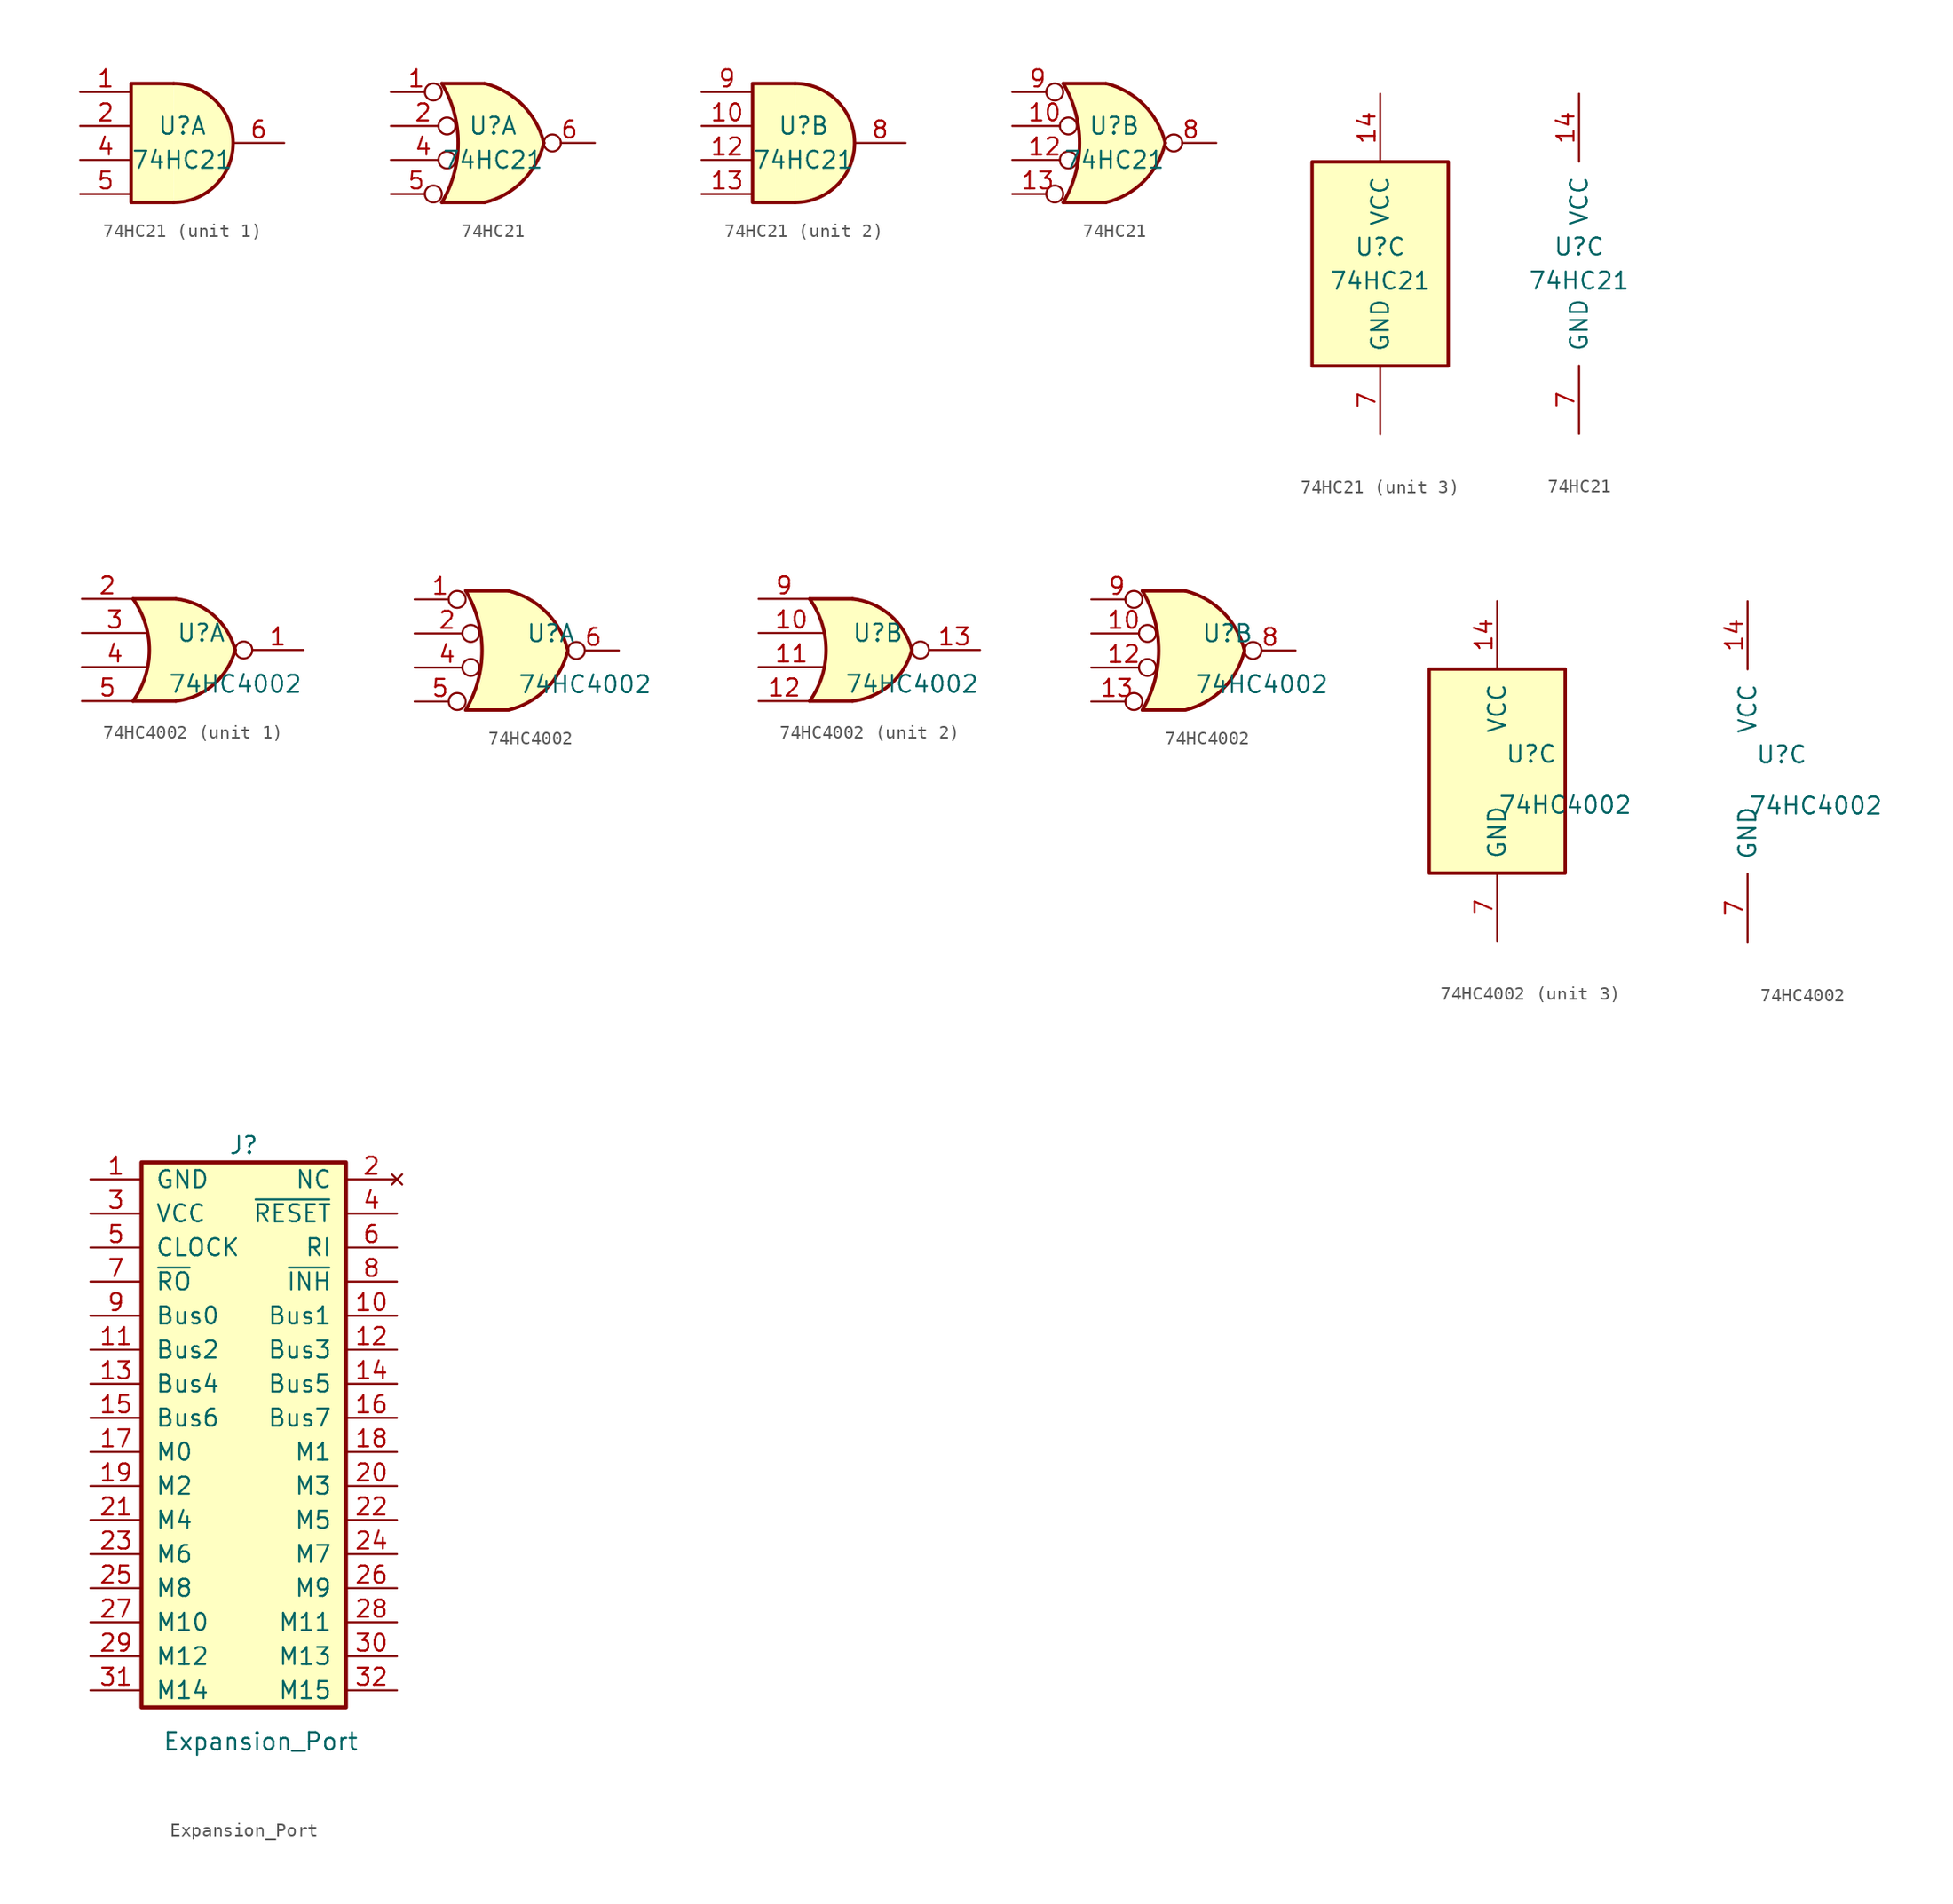
<source format=kicad_sym>
(kicad_symbol_lib
  (version 20211014)
  (generator kicad_symbol_editor)
  (symbol "74HC21"
    (pin_names
      (offset 1.016))
    (property "Reference" "U"
      (at 0 1.27 0)
      (effects (font (size 1.27 1.27))))
    (property "Value" "74HC21"
      (at 0 -1.27 0)
      (effects (font (size 1.27 1.27))))
    (property "ki_locked" ""
      (at 0 0 0)
      (effects (font (size 1.27 1.27))))
    (symbol "74HC21_1_1"
      (arc (start -0.635 -4.445) (mid 3.81 0) (end -0.635 4.445) (stroke (width 0.254) (type default) (color 0 0 0 0)) (fill (type background)))
      (polyline (pts (xy -0.635 4.445) (xy -3.81 4.445) (xy -3.81 -4.445) (xy -0.635 -4.445)) (stroke (width 0.254) (type default) (color 0 0 0 0)) (fill (type background)))
      (pin input line (at -7.62 3.81 0) (length 3.81) (name "~" (effects (font (size 1.27 1.27)))) (number "1" (effects (font (size 1.27 1.27)))))
      (pin input line (at -7.62 1.27 0) (length 3.81) (name "~" (effects (font (size 1.27 1.27)))) (number "2" (effects (font (size 1.27 1.27)))))
      (pin input line (at -7.62 -1.27 0) (length 3.81) (name "~" (effects (font (size 1.27 1.27)))) (number "4" (effects (font (size 1.27 1.27)))))
      (pin input line (at -7.62 -3.81 0) (length 3.81) (name "~" (effects (font (size 1.27 1.27)))) (number "5" (effects (font (size 1.27 1.27)))))
      (pin output line (at 7.62 0 180) (length 3.81) (name "~" (effects (font (size 1.27 1.27)))) (number "6" (effects (font (size 1.27 1.27))))))
    (symbol "74HC21_1_2"
      (arc (start -3.81 -4.445) (mid -2.5908 0) (end -3.81 4.445) (stroke (width 0.254) (type default) (color 0 0 0 0)) (fill (type none)))
      (arc (start -0.6096 -4.445) (mid 2.2246 -2.8422) (end 3.81 0) (stroke (width 0.254) (type default) (color 0 0 0 0)) (fill (type background)))
      (polyline (pts (xy -3.81 -4.445) (xy -0.635 -4.445)) (stroke (width 0.254) (type default) (color 0 0 0 0)) (fill (type background)))
      (polyline (pts (xy -3.81 4.445) (xy -0.635 4.445)) (stroke (width 0.254) (type default) (color 0 0 0 0)) (fill (type background)))
      (polyline (pts (xy -0.635 4.445) (xy -3.81 4.445) (xy -3.81 4.445) (xy -3.632 4.089) (xy -3.099 2.921) (xy -2.769 1.676) (xy -2.616 0.432) (xy -2.642 -0.864) (xy -2.87 -2.108) (xy -3.251 -3.327) (xy -3.81 -4.445) (xy -3.81 -4.445) (xy -0.635 -4.445)) (stroke (width -25.4) (type default) (color 0 0 0 0)) (fill (type background)))
      (arc (start 3.81 0) (mid 2.2204 2.8379) (end -0.6096 4.445) (stroke (width 0.254) (type default) (color 0 0 0 0)) (fill (type background)))
      (pin input inverted (at -7.62 3.81 0) (length 3.81) (name "~" (effects (font (size 1.27 1.27)))) (number "1" (effects (font (size 1.27 1.27)))))
      (pin input inverted (at -7.62 1.27 0) (length 4.826) (name "~" (effects (font (size 1.27 1.27)))) (number "2" (effects (font (size 1.27 1.27)))))
      (pin input inverted (at -7.62 -1.27 0) (length 4.826) (name "~" (effects (font (size 1.27 1.27)))) (number "4" (effects (font (size 1.27 1.27)))))
      (pin input inverted (at -7.62 -3.81 0) (length 3.81) (name "~" (effects (font (size 1.27 1.27)))) (number "5" (effects (font (size 1.27 1.27)))))
      (pin output inverted (at 7.62 0 180) (length 3.81) (name "~" (effects (font (size 1.27 1.27)))) (number "6" (effects (font (size 1.27 1.27))))))
    (symbol "74HC21_2_1"
      (arc (start -0.635 -4.445) (mid 3.81 0) (end -0.635 4.445) (stroke (width 0.254) (type default) (color 0 0 0 0)) (fill (type background)))
      (polyline (pts (xy -0.635 4.445) (xy -3.81 4.445) (xy -3.81 -4.445) (xy -0.635 -4.445)) (stroke (width 0.254) (type default) (color 0 0 0 0)) (fill (type background)))
      (pin input line (at -7.62 1.27 0) (length 3.81) (name "~" (effects (font (size 1.27 1.27)))) (number "10" (effects (font (size 1.27 1.27)))))
      (pin input line (at -7.62 -1.27 0) (length 3.81) (name "~" (effects (font (size 1.27 1.27)))) (number "12" (effects (font (size 1.27 1.27)))))
      (pin input line (at -7.62 -3.81 0) (length 3.81) (name "~" (effects (font (size 1.27 1.27)))) (number "13" (effects (font (size 1.27 1.27)))))
      (pin output line (at 7.62 0 180) (length 3.81) (name "~" (effects (font (size 1.27 1.27)))) (number "8" (effects (font (size 1.27 1.27)))))
      (pin input line (at -7.62 3.81 0) (length 3.81) (name "~" (effects (font (size 1.27 1.27)))) (number "9" (effects (font (size 1.27 1.27))))))
    (symbol "74HC21_2_2"
      (arc (start -3.81 -4.445) (mid -2.5908 0) (end -3.81 4.445) (stroke (width 0.254) (type default) (color 0 0 0 0)) (fill (type none)))
      (arc (start -0.6096 -4.445) (mid 2.2246 -2.8422) (end 3.81 0) (stroke (width 0.254) (type default) (color 0 0 0 0)) (fill (type background)))
      (polyline (pts (xy -3.81 -4.445) (xy -0.635 -4.445)) (stroke (width 0.254) (type default) (color 0 0 0 0)) (fill (type background)))
      (polyline (pts (xy -3.81 4.445) (xy -0.635 4.445)) (stroke (width 0.254) (type default) (color 0 0 0 0)) (fill (type background)))
      (polyline (pts (xy -0.635 4.445) (xy -3.81 4.445) (xy -3.81 4.445) (xy -3.632 4.089) (xy -3.099 2.921) (xy -2.769 1.676) (xy -2.616 0.432) (xy -2.642 -0.864) (xy -2.87 -2.108) (xy -3.251 -3.327) (xy -3.81 -4.445) (xy -3.81 -4.445) (xy -0.635 -4.445)) (stroke (width -25.4) (type default) (color 0 0 0 0)) (fill (type background)))
      (arc (start 3.81 0) (mid 2.2204 2.8379) (end -0.6096 4.445) (stroke (width 0.254) (type default) (color 0 0 0 0)) (fill (type background)))
      (pin input inverted (at -7.62 1.27 0) (length 4.826) (name "~" (effects (font (size 1.27 1.27)))) (number "10" (effects (font (size 1.27 1.27)))))
      (pin input inverted (at -7.62 -1.27 0) (length 4.826) (name "~" (effects (font (size 1.27 1.27)))) (number "12" (effects (font (size 1.27 1.27)))))
      (pin input inverted (at -7.62 -3.81 0) (length 3.81) (name "~" (effects (font (size 1.27 1.27)))) (number "13" (effects (font (size 1.27 1.27)))))
      (pin output inverted (at 7.62 0 180) (length 3.81) (name "~" (effects (font (size 1.27 1.27)))) (number "8" (effects (font (size 1.27 1.27)))))
      (pin input inverted (at -7.62 3.81 0) (length 3.81) (name "~" (effects (font (size 1.27 1.27)))) (number "9" (effects (font (size 1.27 1.27))))))
    (symbol "74HC21_3_0"
      (pin power_in line (at 0 12.7 270) (length 5.08) (name "VCC" (effects (font (size 1.27 1.27)))) (number "14" (effects (font (size 1.27 1.27)))))
      (pin power_in line (at 0 -12.7 90) (length 5.08) (name "GND" (effects (font (size 1.27 1.27)))) (number "7" (effects (font (size 1.27 1.27))))))
    (symbol "74HC21_3_1"
      (rectangle (start -5.08 7.62) (end 5.08 -7.62) (stroke (width 0.254) (type default) (color 0 0 0 0)) (fill (type background)))))
  (symbol "74HC4002"
    (pin_names
      (offset 1.016))
    (property "Reference" "U"
      (at 2.54 1.27 0)
      (effects (font (size 1.27 1.27))))
    (property "Value" "74HC4002"
      (at 5.08 -2.54 0)
      (effects (font (size 1.27 1.27))))
    (property "ki_locked" ""
      (at 0 0 0)
      (effects (font (size 1.27 1.27))))
    (symbol "74HC4002_1_1"
      (arc (start -2.54 -3.81) (mid -1.319 0) (end -2.54 3.81) (stroke (width 0.254) (type default) (color 0 0 0 0)) (fill (type none)))
      (polyline (pts (xy -2.54 -3.81) (xy 0.635 -3.81)) (stroke (width 0.254) (type default) (color 0 0 0 0)) (fill (type background)))
      (polyline (pts (xy -2.54 3.81) (xy 0.635 3.81)) (stroke (width 0.254) (type default) (color 0 0 0 0)) (fill (type background)))
      (polyline (pts (xy 0.635 3.81) (xy -2.54 3.81) (xy -2.54 3.81) (xy -2.286 3.404) (xy -1.753 2.261) (xy -1.422 1.041) (xy -1.346 -0.254) (xy -1.499 -1.499) (xy -1.905 -2.718) (xy -2.54 -3.81) (xy -2.54 -3.81) (xy 0.635 -3.81)) (stroke (width -25.4) (type default) (color 0 0 0 0)) (fill (type background)))
      (arc (start 0.6604 -3.81) (mid 3.4542 -2.5851) (end 5.08 0) (stroke (width 0.254) (type default) (color 0 0 0 0)) (fill (type background)))
      (arc (start 5.08 0) (mid 3.4615 2.5936) (end 0.6604 3.81) (stroke (width 0.254) (type default) (color 0 0 0 0)) (fill (type background)))
      (circle (center 5.715 0) (radius 0.635) (stroke (width 0) (type default) (color 0 0 0 0)) (fill (type none)))
      (pin output line (at 10.16 0 180) (length 3.81) (name "~" (effects (font (size 1.27 1.27)))) (number "1" (effects (font (size 1.27 1.27)))))
      (pin input line (at -6.35 3.81 0) (length 3.81) (name "~" (effects (font (size 1.27 1.27)))) (number "2" (effects (font (size 1.27 1.27)))))
      (pin input line (at -6.35 1.27 0) (length 4.902) (name "~" (effects (font (size 1.27 1.27)))) (number "3" (effects (font (size 1.27 1.27)))))
      (pin input line (at -6.35 -1.27 0) (length 4.902) (name "~" (effects (font (size 1.27 1.27)))) (number "4" (effects (font (size 1.27 1.27)))))
      (pin input line (at -6.35 -3.81 0) (length 3.81) (name "~" (effects (font (size 1.27 1.27)))) (number "5" (effects (font (size 1.27 1.27))))))
    (symbol "74HC4002_1_2"
      (arc (start -3.81 -4.445) (mid -2.5908 0) (end -3.81 4.445) (stroke (width 0.254) (type default) (color 0 0 0 0)) (fill (type none)))
      (arc (start -0.6096 -4.445) (mid 2.2246 -2.8422) (end 3.81 0) (stroke (width 0.254) (type default) (color 0 0 0 0)) (fill (type background)))
      (polyline (pts (xy -3.81 -4.445) (xy -0.635 -4.445)) (stroke (width 0.254) (type default) (color 0 0 0 0)) (fill (type background)))
      (polyline (pts (xy -3.81 4.445) (xy -0.635 4.445)) (stroke (width 0.254) (type default) (color 0 0 0 0)) (fill (type background)))
      (polyline (pts (xy -0.635 4.445) (xy -3.81 4.445) (xy -3.81 4.445) (xy -3.632 4.089) (xy -3.099 2.921) (xy -2.769 1.676) (xy -2.616 0.432) (xy -2.642 -0.864) (xy -2.87 -2.108) (xy -3.251 -3.327) (xy -3.81 -4.445) (xy -3.81 -4.445) (xy -0.635 -4.445)) (stroke (width -25.4) (type default) (color 0 0 0 0)) (fill (type background)))
      (arc (start 3.81 0) (mid 2.2204 2.8379) (end -0.6096 4.445) (stroke (width 0.254) (type default) (color 0 0 0 0)) (fill (type background)))
      (pin input inverted (at -7.62 3.81 0) (length 3.81) (name "~" (effects (font (size 1.27 1.27)))) (number "1" (effects (font (size 1.27 1.27)))))
      (pin input inverted (at -7.62 1.27 0) (length 4.826) (name "~" (effects (font (size 1.27 1.27)))) (number "2" (effects (font (size 1.27 1.27)))))
      (pin input inverted (at -7.62 -1.27 0) (length 4.826) (name "~" (effects (font (size 1.27 1.27)))) (number "4" (effects (font (size 1.27 1.27)))))
      (pin input inverted (at -7.62 -3.81 0) (length 3.81) (name "~" (effects (font (size 1.27 1.27)))) (number "5" (effects (font (size 1.27 1.27)))))
      (pin output inverted (at 7.62 0 180) (length 3.81) (name "~" (effects (font (size 1.27 1.27)))) (number "6" (effects (font (size 1.27 1.27))))))
    (symbol "74HC4002_2_1"
      (arc (start -2.54 -3.81) (mid -1.319 0) (end -2.54 3.81) (stroke (width 0.254) (type default) (color 0 0 0 0)) (fill (type none)))
      (polyline (pts (xy -2.54 -3.81) (xy 0.635 -3.81)) (stroke (width 0.254) (type default) (color 0 0 0 0)) (fill (type background)))
      (polyline (pts (xy -2.54 3.81) (xy 0.635 3.81)) (stroke (width 0.254) (type default) (color 0 0 0 0)) (fill (type background)))
      (polyline (pts (xy 0.635 3.81) (xy -2.54 3.81) (xy -2.54 3.81) (xy -2.286 3.404) (xy -1.753 2.261) (xy -1.422 1.041) (xy -1.346 -0.254) (xy -1.499 -1.499) (xy -1.905 -2.718) (xy -2.54 -3.81) (xy -2.54 -3.81) (xy 0.635 -3.81)) (stroke (width -25.4) (type default) (color 0 0 0 0)) (fill (type background)))
      (arc (start 0.6604 -3.81) (mid 3.4542 -2.5851) (end 5.08 0) (stroke (width 0.254) (type default) (color 0 0 0 0)) (fill (type background)))
      (arc (start 5.08 0) (mid 3.4615 2.5936) (end 0.6604 3.81) (stroke (width 0.254) (type default) (color 0 0 0 0)) (fill (type background)))
      (circle (center 5.715 0) (radius 0.635) (stroke (width 0) (type default) (color 0 0 0 0)) (fill (type none)))
      (pin input line (at -6.35 1.27 0) (length 4.902) (name "~" (effects (font (size 1.27 1.27)))) (number "10" (effects (font (size 1.27 1.27)))))
      (pin input line (at -6.35 -1.27 0) (length 4.902) (name "~" (effects (font (size 1.27 1.27)))) (number "11" (effects (font (size 1.27 1.27)))))
      (pin input line (at -6.35 -3.81 0) (length 3.81) (name "~" (effects (font (size 1.27 1.27)))) (number "12" (effects (font (size 1.27 1.27)))))
      (pin output line (at 10.16 0 180) (length 3.81) (name "~" (effects (font (size 1.27 1.27)))) (number "13" (effects (font (size 1.27 1.27)))))
      (pin input line (at -6.35 3.81 0) (length 3.81) (name "~" (effects (font (size 1.27 1.27)))) (number "9" (effects (font (size 1.27 1.27))))))
    (symbol "74HC4002_2_2"
      (arc (start -3.81 -4.445) (mid -2.5908 0) (end -3.81 4.445) (stroke (width 0.254) (type default) (color 0 0 0 0)) (fill (type none)))
      (arc (start -0.6096 -4.445) (mid 2.2246 -2.8422) (end 3.81 0) (stroke (width 0.254) (type default) (color 0 0 0 0)) (fill (type background)))
      (polyline (pts (xy -3.81 -4.445) (xy -0.635 -4.445)) (stroke (width 0.254) (type default) (color 0 0 0 0)) (fill (type background)))
      (polyline (pts (xy -3.81 4.445) (xy -0.635 4.445)) (stroke (width 0.254) (type default) (color 0 0 0 0)) (fill (type background)))
      (polyline (pts (xy -0.635 4.445) (xy -3.81 4.445) (xy -3.81 4.445) (xy -3.632 4.089) (xy -3.099 2.921) (xy -2.769 1.676) (xy -2.616 0.432) (xy -2.642 -0.864) (xy -2.87 -2.108) (xy -3.251 -3.327) (xy -3.81 -4.445) (xy -3.81 -4.445) (xy -0.635 -4.445)) (stroke (width -25.4) (type default) (color 0 0 0 0)) (fill (type background)))
      (arc (start 3.81 0) (mid 2.2204 2.8379) (end -0.6096 4.445) (stroke (width 0.254) (type default) (color 0 0 0 0)) (fill (type background)))
      (pin input inverted (at -7.62 1.27 0) (length 4.826) (name "~" (effects (font (size 1.27 1.27)))) (number "10" (effects (font (size 1.27 1.27)))))
      (pin input inverted (at -7.62 -1.27 0) (length 4.826) (name "~" (effects (font (size 1.27 1.27)))) (number "12" (effects (font (size 1.27 1.27)))))
      (pin input inverted (at -7.62 -3.81 0) (length 3.81) (name "~" (effects (font (size 1.27 1.27)))) (number "13" (effects (font (size 1.27 1.27)))))
      (pin output inverted (at 7.62 0 180) (length 3.81) (name "~" (effects (font (size 1.27 1.27)))) (number "8" (effects (font (size 1.27 1.27)))))
      (pin input inverted (at -7.62 3.81 0) (length 3.81) (name "~" (effects (font (size 1.27 1.27)))) (number "9" (effects (font (size 1.27 1.27))))))
    (symbol "74HC4002_3_0"
      (pin power_in line (at 0 12.7 270) (length 5.08) (name "VCC" (effects (font (size 1.27 1.27)))) (number "14" (effects (font (size 1.27 1.27)))))
      (pin power_in line (at 0 -12.7 90) (length 5.08) (name "GND" (effects (font (size 1.27 1.27)))) (number "7" (effects (font (size 1.27 1.27))))))
    (symbol "74HC4002_3_1"
      (rectangle (start -5.08 7.62) (end 5.08 -7.62) (stroke (width 0.254) (type default) (color 0 0 0 0)) (fill (type background)))))
  (symbol "Expansion_Port"
    (pin_names
      (offset 1.016))
    (property "Reference" "J"
      (at 6.35 22.86 0)
      (effects (font (size 1.27 1.27))))
    (property "Value" "Expansion_Port"
      (at 7.62 -21.59 0)
      (effects (font (size 1.27 1.27))))
    (symbol "Expansion_Port_0_1"
      (rectangle (start -1.27 21.59) (end 13.97 -19.05) (stroke (width 0.305) (type default) (color 0 0 0 0)) (fill (type background)))
      (rectangle (start 6.35 -19.05) (end 6.35 -19.05) (stroke (width 0) (type default) (color 0 0 0 0)) (fill (type none))))
    (symbol "Expansion_Port_1_1"
      (pin power_out line (at -5.08 20.32 0) (length 3.81) (name "GND" (effects (font (size 1.27 1.27)))) (number "1" (effects (font (size 1.27 1.27)))))
      (pin bidirectional line (at 17.78 10.16 180) (length 3.81) (name "Bus1" (effects (font (size 1.27 1.27)))) (number "10" (effects (font (size 1.27 1.27)))))
      (pin bidirectional line (at -5.08 7.62 0) (length 3.81) (name "Bus2" (effects (font (size 1.27 1.27)))) (number "11" (effects (font (size 1.27 1.27)))))
      (pin bidirectional line (at 17.78 7.62 180) (length 3.81) (name "Bus3" (effects (font (size 1.27 1.27)))) (number "12" (effects (font (size 1.27 1.27)))))
      (pin bidirectional line (at -5.08 5.08 0) (length 3.81) (name "Bus4" (effects (font (size 1.27 1.27)))) (number "13" (effects (font (size 1.27 1.27)))))
      (pin bidirectional line (at 17.78 5.08 180) (length 3.81) (name "Bus5" (effects (font (size 1.27 1.27)))) (number "14" (effects (font (size 1.27 1.27)))))
      (pin bidirectional line (at -5.08 2.54 0) (length 3.81) (name "Bus6" (effects (font (size 1.27 1.27)))) (number "15" (effects (font (size 1.27 1.27)))))
      (pin bidirectional line (at 17.78 2.54 180) (length 3.81) (name "Bus7" (effects (font (size 1.27 1.27)))) (number "16" (effects (font (size 1.27 1.27)))))
      (pin output line (at -5.08 0 0) (length 3.81) (name "M0" (effects (font (size 1.27 1.27)))) (number "17" (effects (font (size 1.27 1.27)))))
      (pin output line (at 17.78 0 180) (length 3.81) (name "M1" (effects (font (size 1.27 1.27)))) (number "18" (effects (font (size 1.27 1.27)))))
      (pin output line (at -5.08 -2.54 0) (length 3.81) (name "M2" (effects (font (size 1.27 1.27)))) (number "19" (effects (font (size 1.27 1.27)))))
      (pin no_connect line (at 17.78 20.32 180) (length 3.81) (name "NC" (effects (font (size 1.27 1.27)))) (number "2" (effects (font (size 1.27 1.27)))))
      (pin output line (at 17.78 -2.54 180) (length 3.81) (name "M3" (effects (font (size 1.27 1.27)))) (number "20" (effects (font (size 1.27 1.27)))))
      (pin output line (at -5.08 -5.08 0) (length 3.81) (name "M4" (effects (font (size 1.27 1.27)))) (number "21" (effects (font (size 1.27 1.27)))))
      (pin output line (at 17.78 -5.08 180) (length 3.81) (name "M5" (effects (font (size 1.27 1.27)))) (number "22" (effects (font (size 1.27 1.27)))))
      (pin output line (at -5.08 -7.62 0) (length 3.81) (name "M6" (effects (font (size 1.27 1.27)))) (number "23" (effects (font (size 1.27 1.27)))))
      (pin output line (at 17.78 -7.62 180) (length 3.81) (name "M7" (effects (font (size 1.27 1.27)))) (number "24" (effects (font (size 1.27 1.27)))))
      (pin output line (at -5.08 -10.16 0) (length 3.81) (name "M8" (effects (font (size 1.27 1.27)))) (number "25" (effects (font (size 1.27 1.27)))))
      (pin output line (at 17.78 -10.16 180) (length 3.81) (name "M9" (effects (font (size 1.27 1.27)))) (number "26" (effects (font (size 1.27 1.27)))))
      (pin output line (at -5.08 -12.7 0) (length 3.81) (name "M10" (effects (font (size 1.27 1.27)))) (number "27" (effects (font (size 1.27 1.27)))))
      (pin output line (at 17.78 -12.7 180) (length 3.81) (name "M11" (effects (font (size 1.27 1.27)))) (number "28" (effects (font (size 1.27 1.27)))))
      (pin output line (at -5.08 -15.24 0) (length 3.81) (name "M12" (effects (font (size 1.27 1.27)))) (number "29" (effects (font (size 1.27 1.27)))))
      (pin power_out line (at -5.08 17.78 0) (length 3.81) (name "VCC" (effects (font (size 1.27 1.27)))) (number "3" (effects (font (size 1.27 1.27)))))
      (pin output line (at 17.78 -15.24 180) (length 3.81) (name "M13" (effects (font (size 1.27 1.27)))) (number "30" (effects (font (size 1.27 1.27)))))
      (pin output line (at -5.08 -17.78 0) (length 3.81) (name "M14" (effects (font (size 1.27 1.27)))) (number "31" (effects (font (size 1.27 1.27)))))
      (pin output line (at 17.78 -17.78 180) (length 3.81) (name "M15" (effects (font (size 1.27 1.27)))) (number "32" (effects (font (size 1.27 1.27)))))
      (pin bidirectional line (at 17.78 17.78 180) (length 3.81) (name "~{RESET}" (effects (font (size 1.27 1.27)))) (number "4" (effects (font (size 1.27 1.27)))))
      (pin output line (at -5.08 15.24 0) (length 3.81) (name "CLOCK" (effects (font (size 1.27 1.27)))) (number "5" (effects (font (size 1.27 1.27)))))
      (pin output line (at 17.78 15.24 180) (length 3.81) (name "RI" (effects (font (size 1.27 1.27)))) (number "6" (effects (font (size 1.27 1.27)))))
      (pin output line (at -5.08 12.7 0) (length 3.81) (name "~{RO}" (effects (font (size 1.27 1.27)))) (number "7" (effects (font (size 1.27 1.27)))))
      (pin input line (at 17.78 12.7 180) (length 3.81) (name "~{INH}" (effects (font (size 1.27 1.27)))) (number "8" (effects (font (size 1.27 1.27)))))
      (pin bidirectional line (at -5.08 10.16 0) (length 3.81) (name "Bus0" (effects (font (size 1.27 1.27)))) (number "9" (effects (font (size 1.27 1.27))))))))
</source>
